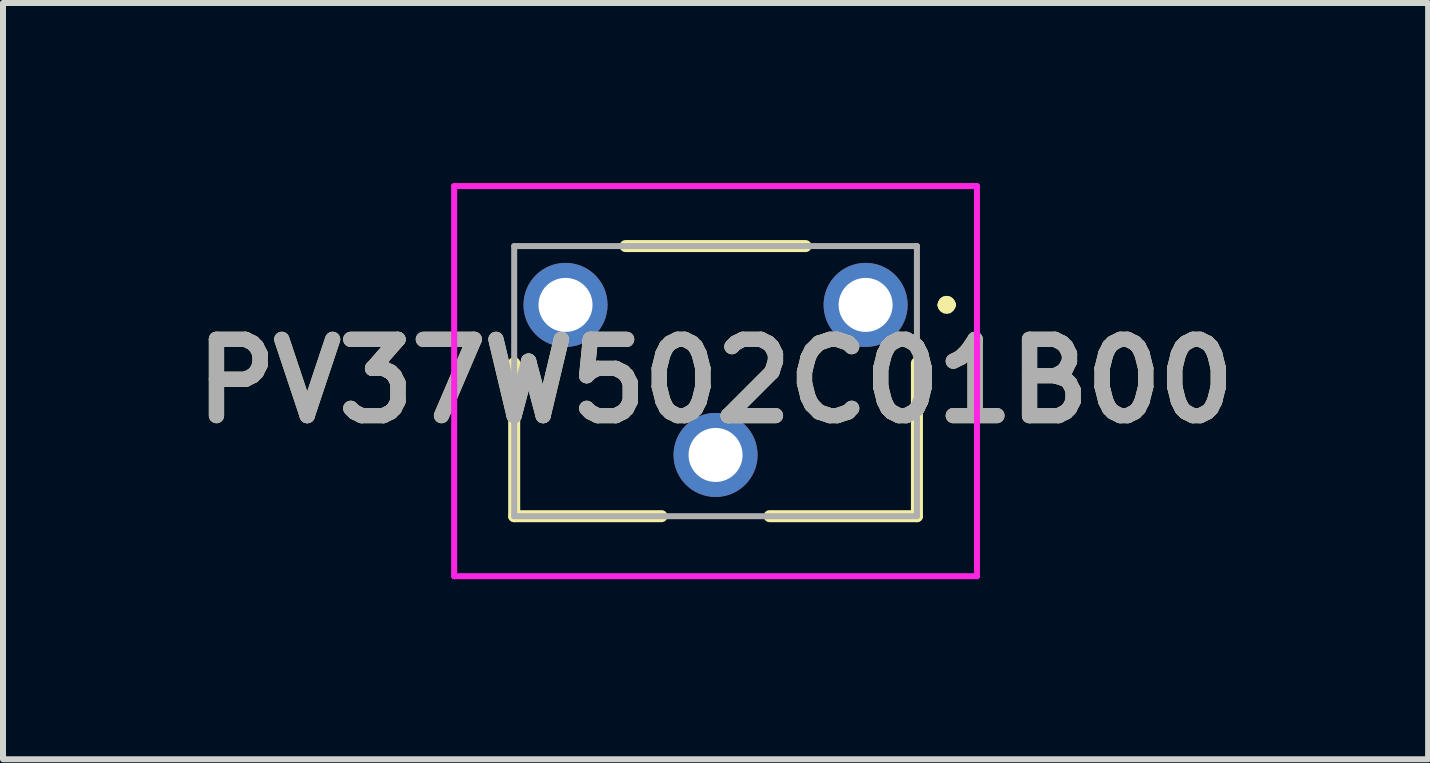
<source format=kicad_pcb>
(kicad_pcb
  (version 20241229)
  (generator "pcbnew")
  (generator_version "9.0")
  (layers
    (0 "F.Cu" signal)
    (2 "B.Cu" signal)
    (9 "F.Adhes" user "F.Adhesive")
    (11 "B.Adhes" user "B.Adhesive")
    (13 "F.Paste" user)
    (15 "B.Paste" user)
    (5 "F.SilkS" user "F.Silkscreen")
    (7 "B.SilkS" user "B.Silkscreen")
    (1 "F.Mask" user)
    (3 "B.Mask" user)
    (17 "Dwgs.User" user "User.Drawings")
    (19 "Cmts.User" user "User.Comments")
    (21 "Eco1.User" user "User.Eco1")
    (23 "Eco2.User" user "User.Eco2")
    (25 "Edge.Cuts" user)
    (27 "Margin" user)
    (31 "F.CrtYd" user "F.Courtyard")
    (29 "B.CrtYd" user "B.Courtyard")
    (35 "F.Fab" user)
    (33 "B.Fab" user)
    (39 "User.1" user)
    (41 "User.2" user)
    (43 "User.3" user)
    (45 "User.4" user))
  (footprint "PV37W502C01B00"
    (layer "F.Cu")
    (at 11.372 2.03)
    (property "Reference" "PV37W502C01B00" (at -2.5 1.27 0) (layer "F.SilkS") (effects (font (size 1.27 1.27) (thickness 0.254))))
    (attr through_hole)
    (fp_line (start -5.855 0.97) (end -5.855 3.52) (stroke (width 0.2) (type solid)) (layer "F.SilkS"))
    (fp_line (start -5.855 3.52) (end -3.4 3.52) (stroke (width 0.2) (type solid)) (layer "F.SilkS"))
    (fp_line (start -1.6 3.52) (end 0.855 3.52) (stroke (width 0.2) (type solid)) (layer "F.SilkS"))
    (fp_line (start -1 -0.98) (end -4 -0.98) (stroke (width 0.2) (type solid)) (layer "F.SilkS"))
    (fp_line (start 0.855 3.52) (end 0.855 0.97) (stroke (width 0.2) (type solid)) (layer "F.SilkS"))
    (fp_line (start 1.3 0) (end 1.3 0) (stroke (width 0.2) (type solid)) (layer "F.SilkS"))
    (fp_line (start 1.4 0) (end 1.4 0) (stroke (width 0.2) (type solid)) (layer "F.SilkS"))
    (fp_line (start 1.4 0) (end 1.4 0) (stroke (width 0.2) (type solid)) (layer "F.SilkS"))
    (fp_arc (start 1.3 0) (mid 1.35 -0.05) (end 1.4 0) (stroke (width 0.2) (type solid)) (layer "F.SilkS"))
    (fp_arc (start 1.3 0) (mid 1.35 -0.05) (end 1.4 0) (stroke (width 0.2) (type solid)) (layer "F.SilkS"))
    (fp_arc (start 1.4 0) (mid 1.35 0.05) (end 1.3 0) (stroke (width 0.2) (type solid)) (layer "F.SilkS"))
    (fp_line (start -6.855 -1.98) (end 1.855 -1.98) (stroke (width 0.1) (type solid)) (layer "F.CrtYd"))
    (fp_line (start -6.855 4.52) (end -6.855 -1.98) (stroke (width 0.1) (type solid)) (layer "F.CrtYd"))
    (fp_line (start 1.855 -1.98) (end 1.855 4.52) (stroke (width 0.1) (type solid)) (layer "F.CrtYd"))
    (fp_line (start 1.855 4.52) (end -6.855 4.52) (stroke (width 0.1) (type solid)) (layer "F.CrtYd"))
    (fp_line (start -5.855 -0.98) (end -5.855 3.52) (stroke (width 0.1) (type solid)) (layer "F.Fab"))
    (fp_line (start -5.855 3.52) (end 0.855 3.52) (stroke (width 0.1) (type solid)) (layer "F.Fab"))
    (fp_line (start 0.855 -0.98) (end -5.855 -0.98) (stroke (width 0.1) (type solid)) (layer "F.Fab"))
    (fp_line (start 0.855 3.52) (end 0.855 -0.98) (stroke (width 0.1) (type solid)) (layer "F.Fab"))
    (fp_text user "${REFERENCE}" (at -2.5 1.27 0) (layer "F.Fab") (effects (font (size 1.27 1.27) (thickness 0.254))))
    (pad "1" thru_hole circle (at 0 0) (size 1.4 1.4) (drill 0.9) (layers "*.Cu" "*.Mask"))
    (pad "2" thru_hole circle (at -2.5 2.5) (size 1.4 1.4) (drill 0.9) (layers "*.Cu" "*.Mask"))
    (pad "3" thru_hole circle (at -5 0) (size 1.4 1.4) (drill 0.9) (layers "*.Cu" "*.Mask")))
  (gr_rect
    (start -3 -3)
    (end 20.744 9.6)
    (stroke (width 0.1) (type default))
    (fill no)
    (layer "Edge.Cuts")))
</source>
